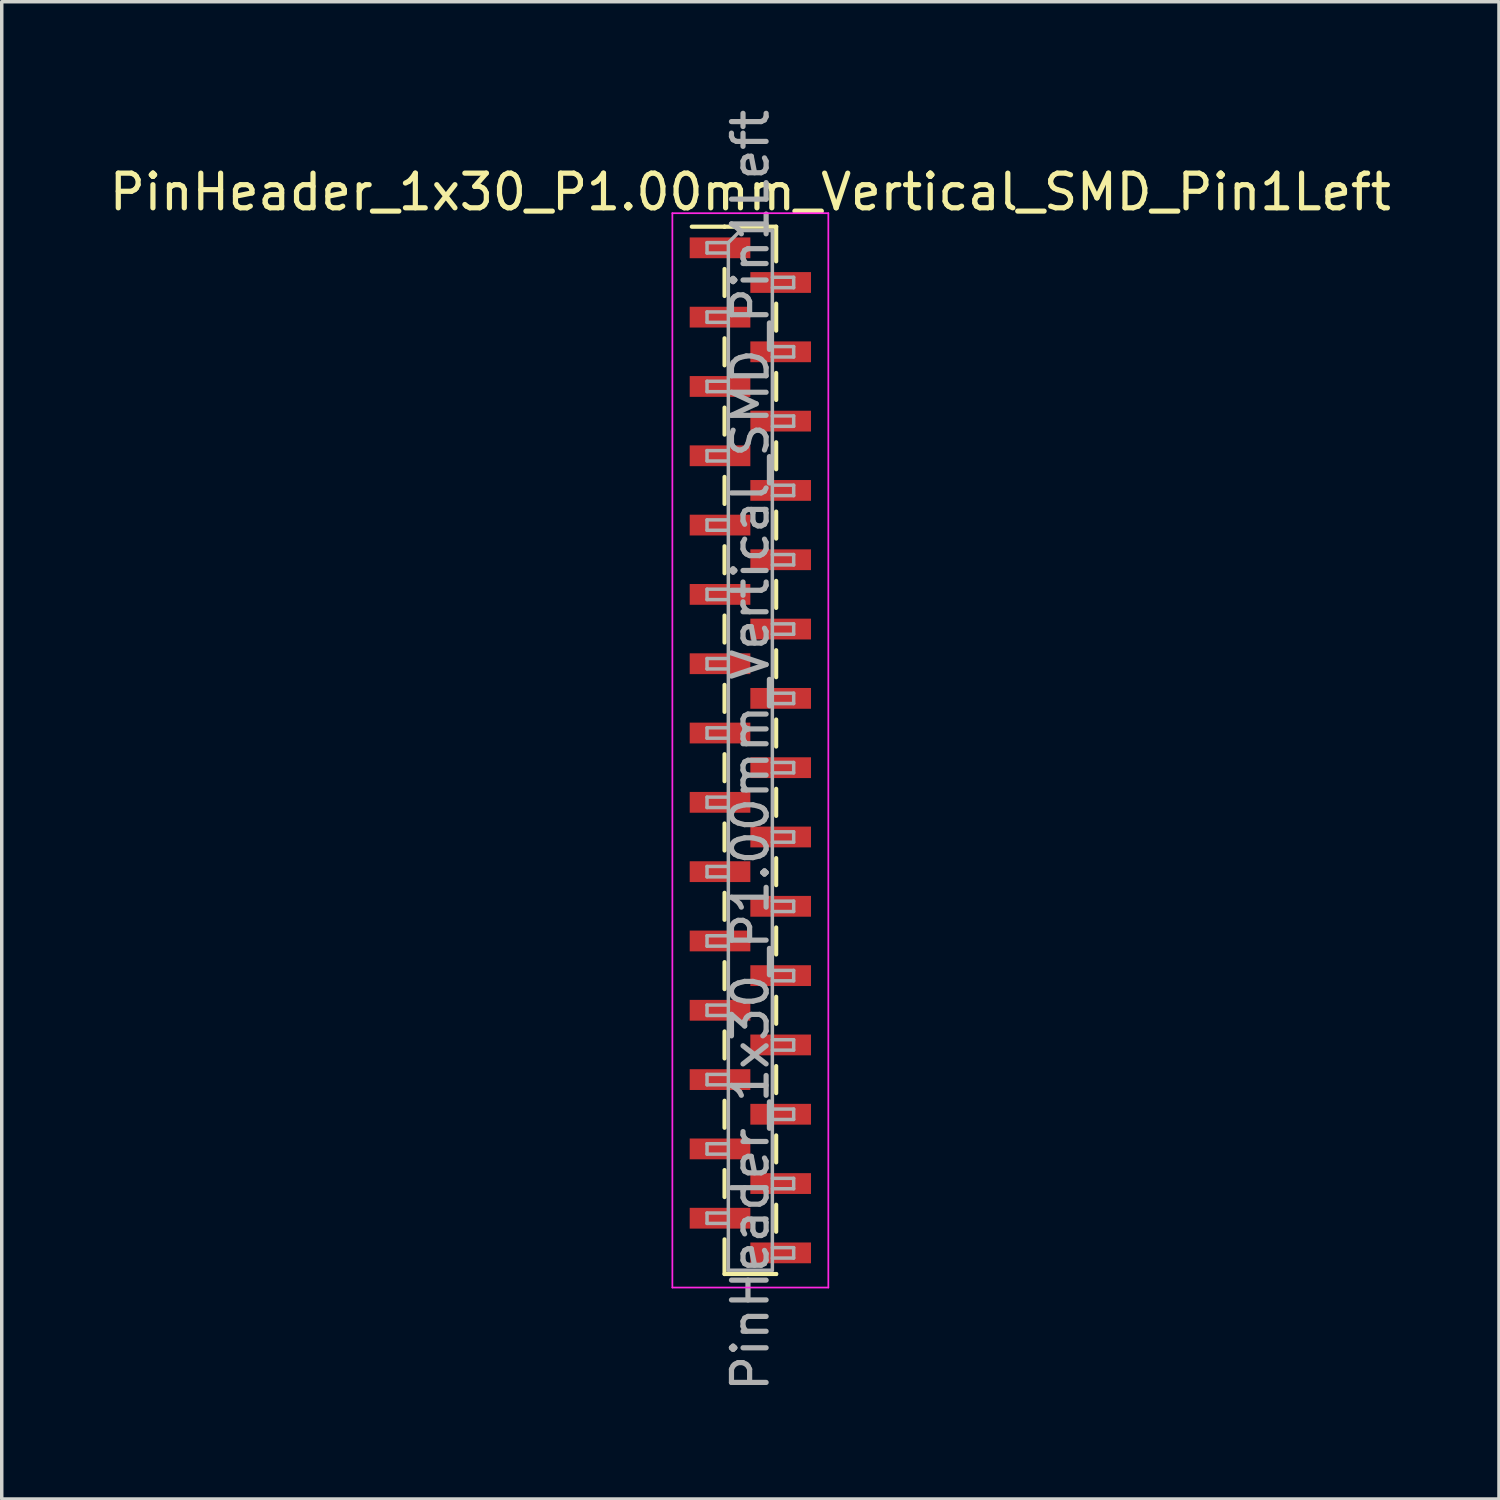
<source format=kicad_pcb>
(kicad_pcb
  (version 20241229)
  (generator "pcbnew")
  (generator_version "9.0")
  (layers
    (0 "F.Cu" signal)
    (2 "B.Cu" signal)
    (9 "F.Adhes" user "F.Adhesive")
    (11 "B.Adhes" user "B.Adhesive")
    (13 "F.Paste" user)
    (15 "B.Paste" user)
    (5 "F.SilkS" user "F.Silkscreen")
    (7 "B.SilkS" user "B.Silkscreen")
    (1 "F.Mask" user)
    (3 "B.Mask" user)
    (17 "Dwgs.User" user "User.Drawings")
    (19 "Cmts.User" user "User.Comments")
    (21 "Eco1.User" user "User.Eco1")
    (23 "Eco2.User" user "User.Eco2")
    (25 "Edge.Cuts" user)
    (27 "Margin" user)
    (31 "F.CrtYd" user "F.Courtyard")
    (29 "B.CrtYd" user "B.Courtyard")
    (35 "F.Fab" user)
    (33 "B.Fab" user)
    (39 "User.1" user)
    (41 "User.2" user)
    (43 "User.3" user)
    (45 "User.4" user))
  (footprint "PinHeader_1x30_P1.00mm_Vertical_SMD_Pin1Left"
    (layer "F.Cu")
    (at 18.601 18.601)
    (property "Reference" "PinHeader_1x30_P1.00mm_Vertical_SMD_Pin1Left" (at 0 -16.11 0) (layer "F.SilkS") (effects (font (size 1 1) (thickness 0.15))))
    (attr smd)
    (fp_line (start -0.745 -15.11) (end -1.69 -15.11) (stroke (width 0.12) (type solid)) (layer "F.SilkS"))
    (fp_line (start -0.745 -15.11) (end -0.745 -15.11) (stroke (width 0.12) (type solid)) (layer "F.SilkS"))
    (fp_line (start -0.745 -15.11) (end 0.745 -15.11) (stroke (width 0.12) (type solid)) (layer "F.SilkS"))
    (fp_line (start -0.745 -13.89) (end -0.745 -13.11) (stroke (width 0.12) (type solid)) (layer "F.SilkS"))
    (fp_line (start -0.745 -11.89) (end -0.745 -11.11) (stroke (width 0.12) (type solid)) (layer "F.SilkS"))
    (fp_line (start -0.745 -9.89) (end -0.745 -9.11) (stroke (width 0.12) (type solid)) (layer "F.SilkS"))
    (fp_line (start -0.745 -7.89) (end -0.745 -7.11) (stroke (width 0.12) (type solid)) (layer "F.SilkS"))
    (fp_line (start -0.745 -5.89) (end -0.745 -5.11) (stroke (width 0.12) (type solid)) (layer "F.SilkS"))
    (fp_line (start -0.745 -3.89) (end -0.745 -3.11) (stroke (width 0.12) (type solid)) (layer "F.SilkS"))
    (fp_line (start -0.745 -1.89) (end -0.745 -1.11) (stroke (width 0.12) (type solid)) (layer "F.SilkS"))
    (fp_line (start -0.745 0.11) (end -0.745 0.89) (stroke (width 0.12) (type solid)) (layer "F.SilkS"))
    (fp_line (start -0.745 2.11) (end -0.745 2.89) (stroke (width 0.12) (type solid)) (layer "F.SilkS"))
    (fp_line (start -0.745 4.11) (end -0.745 4.89) (stroke (width 0.12) (type solid)) (layer "F.SilkS"))
    (fp_line (start -0.745 6.11) (end -0.745 6.89) (stroke (width 0.12) (type solid)) (layer "F.SilkS"))
    (fp_line (start -0.745 8.11) (end -0.745 8.89) (stroke (width 0.12) (type solid)) (layer "F.SilkS"))
    (fp_line (start -0.745 10.11) (end -0.745 10.89) (stroke (width 0.12) (type solid)) (layer "F.SilkS"))
    (fp_line (start -0.745 12.11) (end -0.745 12.89) (stroke (width 0.12) (type solid)) (layer "F.SilkS"))
    (fp_line (start -0.745 14.11) (end -0.745 15.11) (stroke (width 0.12) (type solid)) (layer "F.SilkS"))
    (fp_line (start -0.745 15.11) (end 0.745 15.11) (stroke (width 0.12) (type solid)) (layer "F.SilkS"))
    (fp_line (start 0.745 -15.11) (end 0.745 -14.11) (stroke (width 0.12) (type solid)) (layer "F.SilkS"))
    (fp_line (start 0.745 -12.89) (end 0.745 -12.11) (stroke (width 0.12) (type solid)) (layer "F.SilkS"))
    (fp_line (start 0.745 -10.89) (end 0.745 -10.11) (stroke (width 0.12) (type solid)) (layer "F.SilkS"))
    (fp_line (start 0.745 -8.89) (end 0.745 -8.11) (stroke (width 0.12) (type solid)) (layer "F.SilkS"))
    (fp_line (start 0.745 -6.89) (end 0.745 -6.11) (stroke (width 0.12) (type solid)) (layer "F.SilkS"))
    (fp_line (start 0.745 -4.89) (end 0.745 -4.11) (stroke (width 0.12) (type solid)) (layer "F.SilkS"))
    (fp_line (start 0.745 -2.89) (end 0.745 -2.11) (stroke (width 0.12) (type solid)) (layer "F.SilkS"))
    (fp_line (start 0.745 -0.89) (end 0.745 -0.11) (stroke (width 0.12) (type solid)) (layer "F.SilkS"))
    (fp_line (start 0.745 1.11) (end 0.745 1.89) (stroke (width 0.12) (type solid)) (layer "F.SilkS"))
    (fp_line (start 0.745 3.11) (end 0.745 3.89) (stroke (width 0.12) (type solid)) (layer "F.SilkS"))
    (fp_line (start 0.745 5.11) (end 0.745 5.89) (stroke (width 0.12) (type solid)) (layer "F.SilkS"))
    (fp_line (start 0.745 7.11) (end 0.745 7.89) (stroke (width 0.12) (type solid)) (layer "F.SilkS"))
    (fp_line (start 0.745 9.11) (end 0.745 9.89) (stroke (width 0.12) (type solid)) (layer "F.SilkS"))
    (fp_line (start 0.745 11.11) (end 0.745 11.89) (stroke (width 0.12) (type solid)) (layer "F.SilkS"))
    (fp_line (start 0.745 13.11) (end 0.745 13.89) (stroke (width 0.12) (type solid)) (layer "F.SilkS"))
    (fp_line (start 0.745 15.11) (end 0.745 15.11) (stroke (width 0.12) (type solid)) (layer "F.SilkS"))
    (fp_line (start -2.25 -15.5) (end -2.25 15.5) (stroke (width 0.05) (type solid)) (layer "F.CrtYd"))
    (fp_line (start -2.25 15.5) (end 2.25 15.5) (stroke (width 0.05) (type solid)) (layer "F.CrtYd"))
    (fp_line (start 2.25 -15.5) (end -2.25 -15.5) (stroke (width 0.05) (type solid)) (layer "F.CrtYd"))
    (fp_line (start 2.25 15.5) (end 2.25 -15.5) (stroke (width 0.05) (type solid)) (layer "F.CrtYd"))
    (fp_line (start -1.25 -14.65) (end -1.25 -14.35) (stroke (width 0.1) (type solid)) (layer "F.Fab"))
    (fp_line (start -1.25 -14.35) (end -0.635 -14.35) (stroke (width 0.1) (type solid)) (layer "F.Fab"))
    (fp_line (start -1.25 -12.65) (end -1.25 -12.35) (stroke (width 0.1) (type solid)) (layer "F.Fab"))
    (fp_line (start -1.25 -12.35) (end -0.635 -12.35) (stroke (width 0.1) (type solid)) (layer "F.Fab"))
    (fp_line (start -1.25 -10.65) (end -1.25 -10.35) (stroke (width 0.1) (type solid)) (layer "F.Fab"))
    (fp_line (start -1.25 -10.35) (end -0.635 -10.35) (stroke (width 0.1) (type solid)) (layer "F.Fab"))
    (fp_line (start -1.25 -8.65) (end -1.25 -8.35) (stroke (width 0.1) (type solid)) (layer "F.Fab"))
    (fp_line (start -1.25 -8.35) (end -0.635 -8.35) (stroke (width 0.1) (type solid)) (layer "F.Fab"))
    (fp_line (start -1.25 -6.65) (end -1.25 -6.35) (stroke (width 0.1) (type solid)) (layer "F.Fab"))
    (fp_line (start -1.25 -6.35) (end -0.635 -6.35) (stroke (width 0.1) (type solid)) (layer "F.Fab"))
    (fp_line (start -1.25 -4.65) (end -1.25 -4.35) (stroke (width 0.1) (type solid)) (layer "F.Fab"))
    (fp_line (start -1.25 -4.35) (end -0.635 -4.35) (stroke (width 0.1) (type solid)) (layer "F.Fab"))
    (fp_line (start -1.25 -2.65) (end -1.25 -2.35) (stroke (width 0.1) (type solid)) (layer "F.Fab"))
    (fp_line (start -1.25 -2.35) (end -0.635 -2.35) (stroke (width 0.1) (type solid)) (layer "F.Fab"))
    (fp_line (start -1.25 -0.65) (end -1.25 -0.35) (stroke (width 0.1) (type solid)) (layer "F.Fab"))
    (fp_line (start -1.25 -0.35) (end -0.635 -0.35) (stroke (width 0.1) (type solid)) (layer "F.Fab"))
    (fp_line (start -1.25 1.35) (end -1.25 1.65) (stroke (width 0.1) (type solid)) (layer "F.Fab"))
    (fp_line (start -1.25 1.65) (end -0.635 1.65) (stroke (width 0.1) (type solid)) (layer "F.Fab"))
    (fp_line (start -1.25 3.35) (end -1.25 3.65) (stroke (width 0.1) (type solid)) (layer "F.Fab"))
    (fp_line (start -1.25 3.65) (end -0.635 3.65) (stroke (width 0.1) (type solid)) (layer "F.Fab"))
    (fp_line (start -1.25 5.35) (end -1.25 5.65) (stroke (width 0.1) (type solid)) (layer "F.Fab"))
    (fp_line (start -1.25 5.65) (end -0.635 5.65) (stroke (width 0.1) (type solid)) (layer "F.Fab"))
    (fp_line (start -1.25 7.35) (end -1.25 7.65) (stroke (width 0.1) (type solid)) (layer "F.Fab"))
    (fp_line (start -1.25 7.65) (end -0.635 7.65) (stroke (width 0.1) (type solid)) (layer "F.Fab"))
    (fp_line (start -1.25 9.35) (end -1.25 9.65) (stroke (width 0.1) (type solid)) (layer "F.Fab"))
    (fp_line (start -1.25 9.65) (end -0.635 9.65) (stroke (width 0.1) (type solid)) (layer "F.Fab"))
    (fp_line (start -1.25 11.35) (end -1.25 11.65) (stroke (width 0.1) (type solid)) (layer "F.Fab"))
    (fp_line (start -1.25 11.65) (end -0.635 11.65) (stroke (width 0.1) (type solid)) (layer "F.Fab"))
    (fp_line (start -1.25 13.35) (end -1.25 13.65) (stroke (width 0.1) (type solid)) (layer "F.Fab"))
    (fp_line (start -1.25 13.65) (end -0.635 13.65) (stroke (width 0.1) (type solid)) (layer "F.Fab"))
    (fp_line (start -0.635 -14.65) (end -1.25 -14.65) (stroke (width 0.1) (type solid)) (layer "F.Fab"))
    (fp_line (start -0.635 -14.65) (end -0.285 -15) (stroke (width 0.1) (type solid)) (layer "F.Fab"))
    (fp_line (start -0.635 -12.65) (end -1.25 -12.65) (stroke (width 0.1) (type solid)) (layer "F.Fab"))
    (fp_line (start -0.635 -10.65) (end -1.25 -10.65) (stroke (width 0.1) (type solid)) (layer "F.Fab"))
    (fp_line (start -0.635 -8.65) (end -1.25 -8.65) (stroke (width 0.1) (type solid)) (layer "F.Fab"))
    (fp_line (start -0.635 -6.65) (end -1.25 -6.65) (stroke (width 0.1) (type solid)) (layer "F.Fab"))
    (fp_line (start -0.635 -4.65) (end -1.25 -4.65) (stroke (width 0.1) (type solid)) (layer "F.Fab"))
    (fp_line (start -0.635 -2.65) (end -1.25 -2.65) (stroke (width 0.1) (type solid)) (layer "F.Fab"))
    (fp_line (start -0.635 -0.65) (end -1.25 -0.65) (stroke (width 0.1) (type solid)) (layer "F.Fab"))
    (fp_line (start -0.635 1.35) (end -1.25 1.35) (stroke (width 0.1) (type solid)) (layer "F.Fab"))
    (fp_line (start -0.635 3.35) (end -1.25 3.35) (stroke (width 0.1) (type solid)) (layer "F.Fab"))
    (fp_line (start -0.635 5.35) (end -1.25 5.35) (stroke (width 0.1) (type solid)) (layer "F.Fab"))
    (fp_line (start -0.635 7.35) (end -1.25 7.35) (stroke (width 0.1) (type solid)) (layer "F.Fab"))
    (fp_line (start -0.635 9.35) (end -1.25 9.35) (stroke (width 0.1) (type solid)) (layer "F.Fab"))
    (fp_line (start -0.635 11.35) (end -1.25 11.35) (stroke (width 0.1) (type solid)) (layer "F.Fab"))
    (fp_line (start -0.635 13.35) (end -1.25 13.35) (stroke (width 0.1) (type solid)) (layer "F.Fab"))
    (fp_line (start -0.635 15) (end -0.635 -14.65) (stroke (width 0.1) (type solid)) (layer "F.Fab"))
    (fp_line (start -0.285 -15) (end 0.635 -15) (stroke (width 0.1) (type solid)) (layer "F.Fab"))
    (fp_line (start 0.635 -15) (end 0.635 15) (stroke (width 0.1) (type solid)) (layer "F.Fab"))
    (fp_line (start 0.635 -13.65) (end 1.25 -13.65) (stroke (width 0.1) (type solid)) (layer "F.Fab"))
    (fp_line (start 0.635 -11.65) (end 1.25 -11.65) (stroke (width 0.1) (type solid)) (layer "F.Fab"))
    (fp_line (start 0.635 -9.65) (end 1.25 -9.65) (stroke (width 0.1) (type solid)) (layer "F.Fab"))
    (fp_line (start 0.635 -7.65) (end 1.25 -7.65) (stroke (width 0.1) (type solid)) (layer "F.Fab"))
    (fp_line (start 0.635 -5.65) (end 1.25 -5.65) (stroke (width 0.1) (type solid)) (layer "F.Fab"))
    (fp_line (start 0.635 -3.65) (end 1.25 -3.65) (stroke (width 0.1) (type solid)) (layer "F.Fab"))
    (fp_line (start 0.635 -1.65) (end 1.25 -1.65) (stroke (width 0.1) (type solid)) (layer "F.Fab"))
    (fp_line (start 0.635 0.35) (end 1.25 0.35) (stroke (width 0.1) (type solid)) (layer "F.Fab"))
    (fp_line (start 0.635 2.35) (end 1.25 2.35) (stroke (width 0.1) (type solid)) (layer "F.Fab"))
    (fp_line (start 0.635 4.35) (end 1.25 4.35) (stroke (width 0.1) (type solid)) (layer "F.Fab"))
    (fp_line (start 0.635 6.35) (end 1.25 6.35) (stroke (width 0.1) (type solid)) (layer "F.Fab"))
    (fp_line (start 0.635 8.35) (end 1.25 8.35) (stroke (width 0.1) (type solid)) (layer "F.Fab"))
    (fp_line (start 0.635 10.35) (end 1.25 10.35) (stroke (width 0.1) (type solid)) (layer "F.Fab"))
    (fp_line (start 0.635 12.35) (end 1.25 12.35) (stroke (width 0.1) (type solid)) (layer "F.Fab"))
    (fp_line (start 0.635 14.35) (end 1.25 14.35) (stroke (width 0.1) (type solid)) (layer "F.Fab"))
    (fp_line (start 0.635 15) (end -0.635 15) (stroke (width 0.1) (type solid)) (layer "F.Fab"))
    (fp_line (start 1.25 -13.65) (end 1.25 -13.35) (stroke (width 0.1) (type solid)) (layer "F.Fab"))
    (fp_line (start 1.25 -13.35) (end 0.635 -13.35) (stroke (width 0.1) (type solid)) (layer "F.Fab"))
    (fp_line (start 1.25 -11.65) (end 1.25 -11.35) (stroke (width 0.1) (type solid)) (layer "F.Fab"))
    (fp_line (start 1.25 -11.35) (end 0.635 -11.35) (stroke (width 0.1) (type solid)) (layer "F.Fab"))
    (fp_line (start 1.25 -9.65) (end 1.25 -9.35) (stroke (width 0.1) (type solid)) (layer "F.Fab"))
    (fp_line (start 1.25 -9.35) (end 0.635 -9.35) (stroke (width 0.1) (type solid)) (layer "F.Fab"))
    (fp_line (start 1.25 -7.65) (end 1.25 -7.35) (stroke (width 0.1) (type solid)) (layer "F.Fab"))
    (fp_line (start 1.25 -7.35) (end 0.635 -7.35) (stroke (width 0.1) (type solid)) (layer "F.Fab"))
    (fp_line (start 1.25 -5.65) (end 1.25 -5.35) (stroke (width 0.1) (type solid)) (layer "F.Fab"))
    (fp_line (start 1.25 -5.35) (end 0.635 -5.35) (stroke (width 0.1) (type solid)) (layer "F.Fab"))
    (fp_line (start 1.25 -3.65) (end 1.25 -3.35) (stroke (width 0.1) (type solid)) (layer "F.Fab"))
    (fp_line (start 1.25 -3.35) (end 0.635 -3.35) (stroke (width 0.1) (type solid)) (layer "F.Fab"))
    (fp_line (start 1.25 -1.65) (end 1.25 -1.35) (stroke (width 0.1) (type solid)) (layer "F.Fab"))
    (fp_line (start 1.25 -1.35) (end 0.635 -1.35) (stroke (width 0.1) (type solid)) (layer "F.Fab"))
    (fp_line (start 1.25 0.35) (end 1.25 0.65) (stroke (width 0.1) (type solid)) (layer "F.Fab"))
    (fp_line (start 1.25 0.65) (end 0.635 0.65) (stroke (width 0.1) (type solid)) (layer "F.Fab"))
    (fp_line (start 1.25 2.35) (end 1.25 2.65) (stroke (width 0.1) (type solid)) (layer "F.Fab"))
    (fp_line (start 1.25 2.65) (end 0.635 2.65) (stroke (width 0.1) (type solid)) (layer "F.Fab"))
    (fp_line (start 1.25 4.35) (end 1.25 4.65) (stroke (width 0.1) (type solid)) (layer "F.Fab"))
    (fp_line (start 1.25 4.65) (end 0.635 4.65) (stroke (width 0.1) (type solid)) (layer "F.Fab"))
    (fp_line (start 1.25 6.35) (end 1.25 6.65) (stroke (width 0.1) (type solid)) (layer "F.Fab"))
    (fp_line (start 1.25 6.65) (end 0.635 6.65) (stroke (width 0.1) (type solid)) (layer "F.Fab"))
    (fp_line (start 1.25 8.35) (end 1.25 8.65) (stroke (width 0.1) (type solid)) (layer "F.Fab"))
    (fp_line (start 1.25 8.65) (end 0.635 8.65) (stroke (width 0.1) (type solid)) (layer "F.Fab"))
    (fp_line (start 1.25 10.35) (end 1.25 10.65) (stroke (width 0.1) (type solid)) (layer "F.Fab"))
    (fp_line (start 1.25 10.65) (end 0.635 10.65) (stroke (width 0.1) (type solid)) (layer "F.Fab"))
    (fp_line (start 1.25 12.35) (end 1.25 12.65) (stroke (width 0.1) (type solid)) (layer "F.Fab"))
    (fp_line (start 1.25 12.65) (end 0.635 12.65) (stroke (width 0.1) (type solid)) (layer "F.Fab"))
    (fp_line (start 1.25 14.35) (end 1.25 14.65) (stroke (width 0.1) (type solid)) (layer "F.Fab"))
    (fp_line (start 1.25 14.65) (end 0.635 14.65) (stroke (width 0.1) (type solid)) (layer "F.Fab"))
    (fp_text user "${REFERENCE}" (at 0 0 90) (layer "F.Fab") (effects (font (size 1 1) (thickness 0.15))))
    (pad "1" smd rect (at -0.875 -14.5) (size 1.75 0.6) (layers "F.Cu" "F.Mask" "F.Paste"))
    (pad "2" smd rect (at 0.875 -13.5) (size 1.75 0.6) (layers "F.Cu" "F.Mask" "F.Paste"))
    (pad "3" smd rect (at -0.875 -12.5) (size 1.75 0.6) (layers "F.Cu" "F.Mask" "F.Paste"))
    (pad "4" smd rect (at 0.875 -11.5) (size 1.75 0.6) (layers "F.Cu" "F.Mask" "F.Paste"))
    (pad "5" smd rect (at -0.875 -10.5) (size 1.75 0.6) (layers "F.Cu" "F.Mask" "F.Paste"))
    (pad "6" smd rect (at 0.875 -9.5) (size 1.75 0.6) (layers "F.Cu" "F.Mask" "F.Paste"))
    (pad "7" smd rect (at -0.875 -8.5) (size 1.75 0.6) (layers "F.Cu" "F.Mask" "F.Paste"))
    (pad "8" smd rect (at 0.875 -7.5) (size 1.75 0.6) (layers "F.Cu" "F.Mask" "F.Paste"))
    (pad "9" smd rect (at -0.875 -6.5) (size 1.75 0.6) (layers "F.Cu" "F.Mask" "F.Paste"))
    (pad "10" smd rect (at 0.875 -5.5) (size 1.75 0.6) (layers "F.Cu" "F.Mask" "F.Paste"))
    (pad "11" smd rect (at -0.875 -4.5) (size 1.75 0.6) (layers "F.Cu" "F.Mask" "F.Paste"))
    (pad "12" smd rect (at 0.875 -3.5) (size 1.75 0.6) (layers "F.Cu" "F.Mask" "F.Paste"))
    (pad "13" smd rect (at -0.875 -2.5) (size 1.75 0.6) (layers "F.Cu" "F.Mask" "F.Paste"))
    (pad "14" smd rect (at 0.875 -1.5) (size 1.75 0.6) (layers "F.Cu" "F.Mask" "F.Paste"))
    (pad "15" smd rect (at -0.875 -0.5) (size 1.75 0.6) (layers "F.Cu" "F.Mask" "F.Paste"))
    (pad "16" smd rect (at 0.875 0.5) (size 1.75 0.6) (layers "F.Cu" "F.Mask" "F.Paste"))
    (pad "17" smd rect (at -0.875 1.5) (size 1.75 0.6) (layers "F.Cu" "F.Mask" "F.Paste"))
    (pad "18" smd rect (at 0.875 2.5) (size 1.75 0.6) (layers "F.Cu" "F.Mask" "F.Paste"))
    (pad "19" smd rect (at -0.875 3.5) (size 1.75 0.6) (layers "F.Cu" "F.Mask" "F.Paste"))
    (pad "20" smd rect (at 0.875 4.5) (size 1.75 0.6) (layers "F.Cu" "F.Mask" "F.Paste"))
    (pad "21" smd rect (at -0.875 5.5) (size 1.75 0.6) (layers "F.Cu" "F.Mask" "F.Paste"))
    (pad "22" smd rect (at 0.875 6.5) (size 1.75 0.6) (layers "F.Cu" "F.Mask" "F.Paste"))
    (pad "23" smd rect (at -0.875 7.5) (size 1.75 0.6) (layers "F.Cu" "F.Mask" "F.Paste"))
    (pad "24" smd rect (at 0.875 8.5) (size 1.75 0.6) (layers "F.Cu" "F.Mask" "F.Paste"))
    (pad "25" smd rect (at -0.875 9.5) (size 1.75 0.6) (layers "F.Cu" "F.Mask" "F.Paste"))
    (pad "26" smd rect (at 0.875 10.5) (size 1.75 0.6) (layers "F.Cu" "F.Mask" "F.Paste"))
    (pad "27" smd rect (at -0.875 11.5) (size 1.75 0.6) (layers "F.Cu" "F.Mask" "F.Paste"))
    (pad "28" smd rect (at 0.875 12.5) (size 1.75 0.6) (layers "F.Cu" "F.Mask" "F.Paste"))
    (pad "29" smd rect (at -0.875 13.5) (size 1.75 0.6) (layers "F.Cu" "F.Mask" "F.Paste"))
    (pad "30" smd rect (at 0.875 14.5) (size 1.75 0.6) (layers "F.Cu" "F.Mask" "F.Paste")))
  (gr_rect
    (start -3 -3)
    (end 40.202 40.202)
    (stroke (width 0.1) (type default))
    (fill no)
    (layer "Edge.Cuts")))
</source>
